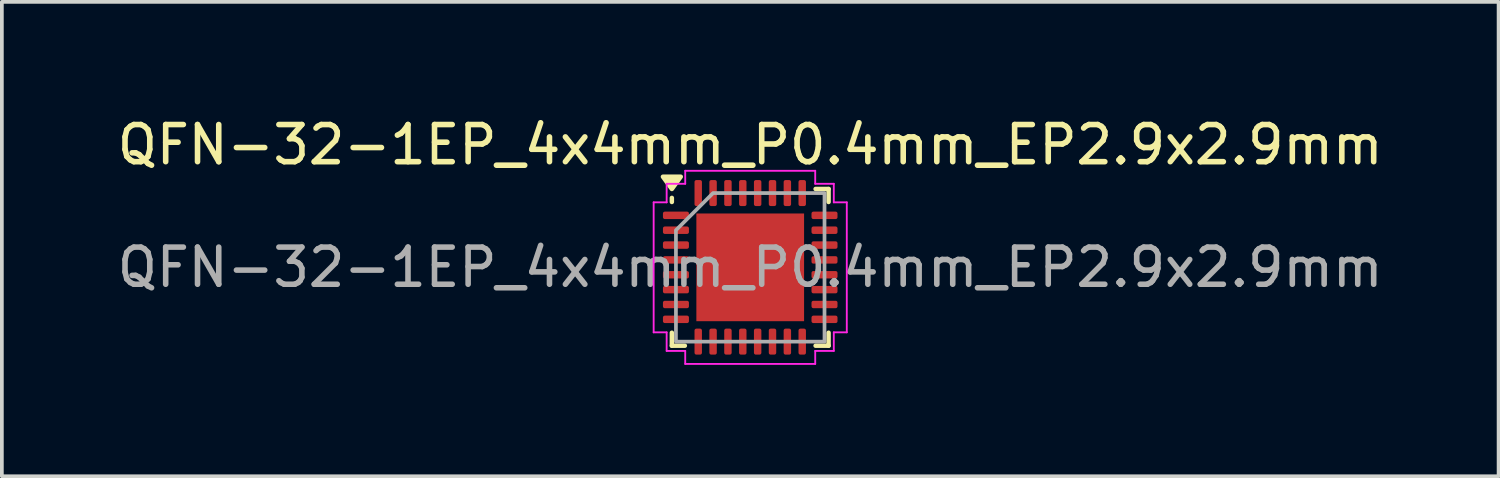
<source format=kicad_pcb>
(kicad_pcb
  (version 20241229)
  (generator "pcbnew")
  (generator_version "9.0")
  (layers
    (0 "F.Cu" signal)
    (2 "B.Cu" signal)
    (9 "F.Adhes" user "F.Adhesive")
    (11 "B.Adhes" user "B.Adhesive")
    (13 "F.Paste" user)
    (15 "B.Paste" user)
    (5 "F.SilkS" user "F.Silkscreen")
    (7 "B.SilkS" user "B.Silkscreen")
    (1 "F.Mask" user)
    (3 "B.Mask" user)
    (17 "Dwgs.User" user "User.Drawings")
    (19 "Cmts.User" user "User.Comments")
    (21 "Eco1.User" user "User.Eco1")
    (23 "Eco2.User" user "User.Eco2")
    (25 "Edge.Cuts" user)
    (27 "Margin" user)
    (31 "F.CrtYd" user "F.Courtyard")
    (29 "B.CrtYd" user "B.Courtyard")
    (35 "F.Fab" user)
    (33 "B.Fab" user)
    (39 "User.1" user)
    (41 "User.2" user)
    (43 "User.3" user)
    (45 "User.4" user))
  (footprint "QFN-32-1EP_4x4mm_P0.4mm_EP2.9x2.9mm"
    (layer "F.Cu")
    (at 17.149 4.148)
    (property "Reference" "QFN-32-1EP_4x4mm_P0.4mm_EP2.9x2.9mm" (at 0 -3.3 0) (layer "F.SilkS") (effects (font (size 1 1) (thickness 0.15))))
    (attr smd)
    (fp_line (start -2.11 -1.76) (end -2.11 -1.87) (stroke (width 0.12) (type solid)) (layer "F.SilkS"))
    (fp_line (start -2.11 2.11) (end -2.11 1.76) (stroke (width 0.12) (type solid)) (layer "F.SilkS"))
    (fp_line (start -1.76 2.11) (end -2.11 2.11) (stroke (width 0.12) (type solid)) (layer "F.SilkS"))
    (fp_line (start 1.76 -2.11) (end 2.11 -2.11) (stroke (width 0.12) (type solid)) (layer "F.SilkS"))
    (fp_line (start 1.76 2.11) (end 2.11 2.11) (stroke (width 0.12) (type solid)) (layer "F.SilkS"))
    (fp_line (start 2.11 -2.11) (end 2.11 -1.76) (stroke (width 0.12) (type solid)) (layer "F.SilkS"))
    (fp_line (start 2.11 2.11) (end 2.11 1.76) (stroke (width 0.12) (type solid)) (layer "F.SilkS"))
    (fp_poly (pts (xy -2.11 -2.11) (xy -2.35 -2.44) (xy -1.87 -2.44)) (stroke (width 0.12) (type solid)) (fill yes) (layer "F.SilkS"))
    (fp_line (start -2.6 -1.75) (end -2.25 -1.75) (stroke (width 0.05) (type solid)) (layer "F.CrtYd"))
    (fp_line (start -2.6 1.75) (end -2.6 -1.75) (stroke (width 0.05) (type solid)) (layer "F.CrtYd"))
    (fp_line (start -2.25 -2.25) (end -1.75 -2.25) (stroke (width 0.05) (type solid)) (layer "F.CrtYd"))
    (fp_line (start -2.25 -1.75) (end -2.25 -2.25) (stroke (width 0.05) (type solid)) (layer "F.CrtYd"))
    (fp_line (start -2.25 1.75) (end -2.6 1.75) (stroke (width 0.05) (type solid)) (layer "F.CrtYd"))
    (fp_line (start -2.25 2.25) (end -2.25 1.75) (stroke (width 0.05) (type solid)) (layer "F.CrtYd"))
    (fp_line (start -1.75 -2.6) (end 1.75 -2.6) (stroke (width 0.05) (type solid)) (layer "F.CrtYd"))
    (fp_line (start -1.75 -2.25) (end -1.75 -2.6) (stroke (width 0.05) (type solid)) (layer "F.CrtYd"))
    (fp_line (start -1.75 2.25) (end -2.25 2.25) (stroke (width 0.05) (type solid)) (layer "F.CrtYd"))
    (fp_line (start -1.75 2.6) (end -1.75 2.25) (stroke (width 0.05) (type solid)) (layer "F.CrtYd"))
    (fp_line (start 1.75 -2.6) (end 1.75 -2.25) (stroke (width 0.05) (type solid)) (layer "F.CrtYd"))
    (fp_line (start 1.75 -2.25) (end 2.25 -2.25) (stroke (width 0.05) (type solid)) (layer "F.CrtYd"))
    (fp_line (start 1.75 2.25) (end 1.75 2.6) (stroke (width 0.05) (type solid)) (layer "F.CrtYd"))
    (fp_line (start 1.75 2.6) (end -1.75 2.6) (stroke (width 0.05) (type solid)) (layer "F.CrtYd"))
    (fp_line (start 2.25 -2.25) (end 2.25 -1.75) (stroke (width 0.05) (type solid)) (layer "F.CrtYd"))
    (fp_line (start 2.25 -1.75) (end 2.6 -1.75) (stroke (width 0.05) (type solid)) (layer "F.CrtYd"))
    (fp_line (start 2.25 1.75) (end 2.25 2.25) (stroke (width 0.05) (type solid)) (layer "F.CrtYd"))
    (fp_line (start 2.25 2.25) (end 1.75 2.25) (stroke (width 0.05) (type solid)) (layer "F.CrtYd"))
    (fp_line (start 2.6 -1.75) (end 2.6 1.75) (stroke (width 0.05) (type solid)) (layer "F.CrtYd"))
    (fp_line (start 2.6 1.75) (end 2.25 1.75) (stroke (width 0.05) (type solid)) (layer "F.CrtYd"))
    (fp_poly (pts (xy -2 -1) (xy -2 2) (xy 2 2) (xy 2 -2) (xy -1 -2)) (stroke (width 0.1) (type solid)) (fill no) (layer "F.Fab"))
    (fp_text user "${REFERENCE}" (at 0 0 0) (layer "F.Fab") (effects (font (size 1 1) (thickness 0.15))))
    (pad "" smd roundrect (at -0.725 -0.725) (size 1.17 1.17) (layers "F.Paste") (roundrect_rratio 0.214))
    (pad "" smd roundrect (at -0.725 0.725) (size 1.17 1.17) (layers "F.Paste") (roundrect_rratio 0.214))
    (pad "" smd roundrect (at 0.725 -0.725) (size 1.17 1.17) (layers "F.Paste") (roundrect_rratio 0.214))
    (pad "" smd roundrect (at 0.725 0.725) (size 1.17 1.17) (layers "F.Paste") (roundrect_rratio 0.214))
    (pad "1" smd roundrect (at -2 -1.4) (size 0.7 0.2) (layers "F.Cu" "F.Mask" "F.Paste") (roundrect_rratio 0.25))
    (pad "2" smd roundrect (at -2 -1) (size 0.7 0.2) (layers "F.Cu" "F.Mask" "F.Paste") (roundrect_rratio 0.25))
    (pad "3" smd roundrect (at -2 -0.6) (size 0.7 0.2) (layers "F.Cu" "F.Mask" "F.Paste") (roundrect_rratio 0.25))
    (pad "4" smd roundrect (at -2 -0.2) (size 0.7 0.2) (layers "F.Cu" "F.Mask" "F.Paste") (roundrect_rratio 0.25))
    (pad "5" smd roundrect (at -2 0.2) (size 0.7 0.2) (layers "F.Cu" "F.Mask" "F.Paste") (roundrect_rratio 0.25))
    (pad "6" smd roundrect (at -2 0.6) (size 0.7 0.2) (layers "F.Cu" "F.Mask" "F.Paste") (roundrect_rratio 0.25))
    (pad "7" smd roundrect (at -2 1) (size 0.7 0.2) (layers "F.Cu" "F.Mask" "F.Paste") (roundrect_rratio 0.25))
    (pad "8" smd roundrect (at -2 1.4) (size 0.7 0.2) (layers "F.Cu" "F.Mask" "F.Paste") (roundrect_rratio 0.25))
    (pad "9" smd roundrect (at -1.4 2) (size 0.2 0.7) (layers "F.Cu" "F.Mask" "F.Paste") (roundrect_rratio 0.25))
    (pad "10" smd roundrect (at -1 2) (size 0.2 0.7) (layers "F.Cu" "F.Mask" "F.Paste") (roundrect_rratio 0.25))
    (pad "11" smd roundrect (at -0.6 2) (size 0.2 0.7) (layers "F.Cu" "F.Mask" "F.Paste") (roundrect_rratio 0.25))
    (pad "12" smd roundrect (at -0.2 2) (size 0.2 0.7) (layers "F.Cu" "F.Mask" "F.Paste") (roundrect_rratio 0.25))
    (pad "13" smd roundrect (at 0.2 2) (size 0.2 0.7) (layers "F.Cu" "F.Mask" "F.Paste") (roundrect_rratio 0.25))
    (pad "14" smd roundrect (at 0.6 2) (size 0.2 0.7) (layers "F.Cu" "F.Mask" "F.Paste") (roundrect_rratio 0.25))
    (pad "15" smd roundrect (at 1 2) (size 0.2 0.7) (layers "F.Cu" "F.Mask" "F.Paste") (roundrect_rratio 0.25))
    (pad "16" smd roundrect (at 1.4 2) (size 0.2 0.7) (layers "F.Cu" "F.Mask" "F.Paste") (roundrect_rratio 0.25))
    (pad "17" smd roundrect (at 2 1.4) (size 0.7 0.2) (layers "F.Cu" "F.Mask" "F.Paste") (roundrect_rratio 0.25))
    (pad "18" smd roundrect (at 2 1) (size 0.7 0.2) (layers "F.Cu" "F.Mask" "F.Paste") (roundrect_rratio 0.25))
    (pad "19" smd roundrect (at 2 0.6) (size 0.7 0.2) (layers "F.Cu" "F.Mask" "F.Paste") (roundrect_rratio 0.25))
    (pad "20" smd roundrect (at 2 0.2) (size 0.7 0.2) (layers "F.Cu" "F.Mask" "F.Paste") (roundrect_rratio 0.25))
    (pad "21" smd roundrect (at 2 -0.2) (size 0.7 0.2) (layers "F.Cu" "F.Mask" "F.Paste") (roundrect_rratio 0.25))
    (pad "22" smd roundrect (at 2 -0.6) (size 0.7 0.2) (layers "F.Cu" "F.Mask" "F.Paste") (roundrect_rratio 0.25))
    (pad "23" smd roundrect (at 2 -1) (size 0.7 0.2) (layers "F.Cu" "F.Mask" "F.Paste") (roundrect_rratio 0.25))
    (pad "24" smd roundrect (at 2 -1.4) (size 0.7 0.2) (layers "F.Cu" "F.Mask" "F.Paste") (roundrect_rratio 0.25))
    (pad "25" smd roundrect (at 1.4 -2) (size 0.2 0.7) (layers "F.Cu" "F.Mask" "F.Paste") (roundrect_rratio 0.25))
    (pad "26" smd roundrect (at 1 -2) (size 0.2 0.7) (layers "F.Cu" "F.Mask" "F.Paste") (roundrect_rratio 0.25))
    (pad "27" smd roundrect (at 0.6 -2) (size 0.2 0.7) (layers "F.Cu" "F.Mask" "F.Paste") (roundrect_rratio 0.25))
    (pad "28" smd roundrect (at 0.2 -2) (size 0.2 0.7) (layers "F.Cu" "F.Mask" "F.Paste") (roundrect_rratio 0.25))
    (pad "29" smd roundrect (at -0.2 -2) (size 0.2 0.7) (layers "F.Cu" "F.Mask" "F.Paste") (roundrect_rratio 0.25))
    (pad "30" smd roundrect (at -0.6 -2) (size 0.2 0.7) (layers "F.Cu" "F.Mask" "F.Paste") (roundrect_rratio 0.25))
    (pad "31" smd roundrect (at -1 -2) (size 0.2 0.7) (layers "F.Cu" "F.Mask" "F.Paste") (roundrect_rratio 0.25))
    (pad "32" smd roundrect (at -1.4 -2) (size 0.2 0.7) (layers "F.Cu" "F.Mask" "F.Paste") (roundrect_rratio 0.25))
    (pad "33" smd rect (at 0 0) (size 2.9 2.9) (property pad_prop_heatsink) (layers "F.Cu" "F.Mask")))
  (gr_rect
    (start -3 -3)
    (end 37.298 9.773)
    (stroke (width 0.1) (type default))
    (fill no)
    (layer "Edge.Cuts")))
</source>
